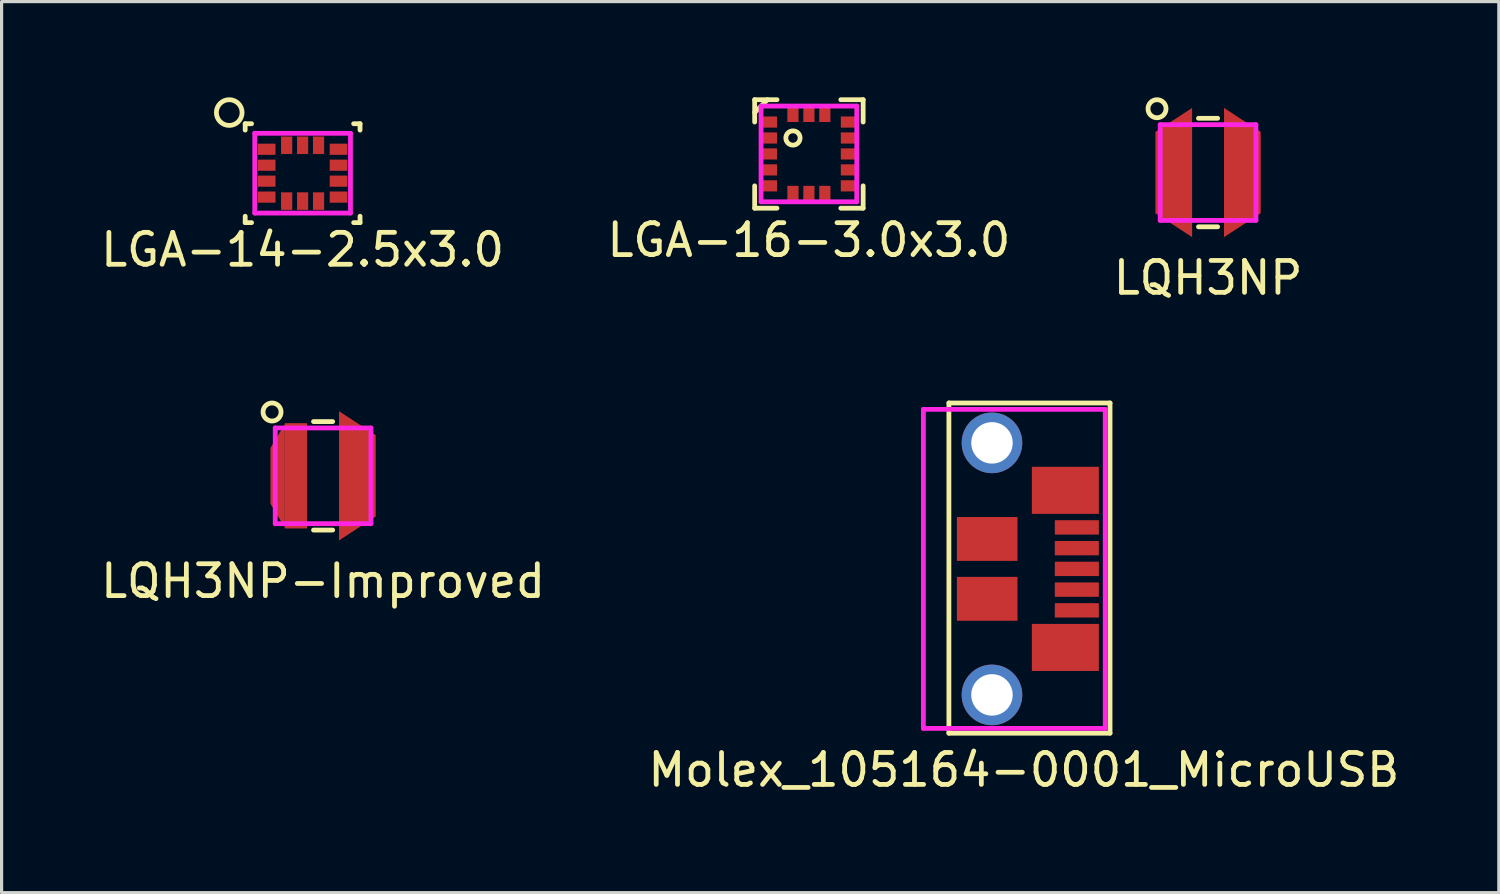
<source format=kicad_pcb>
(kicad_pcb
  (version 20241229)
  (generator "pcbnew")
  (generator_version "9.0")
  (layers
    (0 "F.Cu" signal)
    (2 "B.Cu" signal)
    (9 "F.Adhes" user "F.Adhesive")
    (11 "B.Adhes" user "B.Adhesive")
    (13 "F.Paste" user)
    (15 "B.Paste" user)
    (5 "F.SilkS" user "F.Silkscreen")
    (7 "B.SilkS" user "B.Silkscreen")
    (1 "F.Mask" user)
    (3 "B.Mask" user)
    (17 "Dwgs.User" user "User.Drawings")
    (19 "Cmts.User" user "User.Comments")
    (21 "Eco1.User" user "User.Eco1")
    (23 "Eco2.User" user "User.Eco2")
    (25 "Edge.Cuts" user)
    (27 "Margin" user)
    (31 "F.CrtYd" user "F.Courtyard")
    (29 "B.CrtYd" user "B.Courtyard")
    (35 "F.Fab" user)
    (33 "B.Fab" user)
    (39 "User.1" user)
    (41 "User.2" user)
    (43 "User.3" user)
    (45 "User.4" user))
  (footprint "LGA-16-3.0x3.0"
    (layer "F.Cu")
    (at 22.304 1.775)
    (property "Reference" "LGA-16-3.0x3.0" (at 0 2.7 0) (layer "F.SilkS") (effects (font (size 1 1) (thickness 0.15))))
    (attr through_hole)
    (fp_line (start -1.7 -1.7) (end -1 -1.7) (stroke (width 0.15) (type solid)) (layer "F.SilkS"))
    (fp_line (start -1.7 -1.3) (end -1.3 -1.7) (stroke (width 0.15) (type solid)) (layer "F.SilkS"))
    (fp_line (start -1.7 -1) (end -1.7 -1.7) (stroke (width 0.15) (type solid)) (layer "F.SilkS"))
    (fp_line (start -1.7 1.7) (end -1.7 1) (stroke (width 0.15) (type solid)) (layer "F.SilkS"))
    (fp_line (start -1 1.7) (end -1.7 1.7) (stroke (width 0.15) (type solid)) (layer "F.SilkS"))
    (fp_line (start 1 -1.7) (end 1.7 -1.7) (stroke (width 0.15) (type solid)) (layer "F.SilkS"))
    (fp_line (start 1.7 -1.7) (end 1.7 -1) (stroke (width 0.15) (type solid)) (layer "F.SilkS"))
    (fp_line (start 1.7 1) (end 1.7 1.7) (stroke (width 0.15) (type solid)) (layer "F.SilkS"))
    (fp_line (start 1.7 1.7) (end 1 1.7) (stroke (width 0.15) (type solid)) (layer "F.SilkS"))
    (fp_circle (center -0.5 -0.5) (end -0.4 -0.3) (stroke (width 0.15) (type solid)) (fill no) (layer "F.SilkS"))
    (fp_line (start -1.5 -1.5) (end 1.5 -1.5) (stroke (width 0.15) (type solid)) (layer "F.CrtYd"))
    (fp_line (start -1.5 1.5) (end -1.5 -1.5) (stroke (width 0.15) (type solid)) (layer "F.CrtYd"))
    (fp_line (start 1.5 -1.5) (end 1.5 1.5) (stroke (width 0.15) (type solid)) (layer "F.CrtYd"))
    (fp_line (start 1.5 1.5) (end -1.5 1.5) (stroke (width 0.15) (type solid)) (layer "F.CrtYd"))
    (pad "1" smd rect (at -1.225 -1) (size 0.45 0.35) (layers "F.Cu" "F.Mask" "F.Paste"))
    (pad "2" smd rect (at -1.225 -0.5) (size 0.45 0.35) (layers "F.Cu" "F.Mask" "F.Paste"))
    (pad "3" smd rect (at -1.225 0) (size 0.45 0.35) (layers "F.Cu" "F.Mask" "F.Paste"))
    (pad "4" smd rect (at -1.225 0.5) (size 0.45 0.35) (layers "F.Cu" "F.Mask" "F.Paste"))
    (pad "5" smd rect (at -1.225 1) (size 0.45 0.35) (layers "F.Cu" "F.Mask" "F.Paste"))
    (pad "6" smd rect (at -0.5 1.225) (size 0.35 0.45) (layers "F.Cu" "F.Mask" "F.Paste"))
    (pad "7" smd rect (at 0 1.225) (size 0.35 0.45) (layers "F.Cu" "F.Mask" "F.Paste"))
    (pad "8" smd rect (at 0.5 1.225) (size 0.35 0.45) (layers "F.Cu" "F.Mask" "F.Paste"))
    (pad "9" smd rect (at 1.225 1) (size 0.45 0.35) (layers "F.Cu" "F.Mask" "F.Paste"))
    (pad "10" smd rect (at 1.225 0.5) (size 0.45 0.35) (layers "F.Cu" "F.Mask" "F.Paste"))
    (pad "11" smd rect (at 1.225 0) (size 0.45 0.35) (layers "F.Cu" "F.Mask" "F.Paste"))
    (pad "12" smd rect (at 1.225 -0.5) (size 0.45 0.35) (layers "F.Cu" "F.Mask" "F.Paste"))
    (pad "13" smd rect (at 1.225 -1) (size 0.45 0.35) (layers "F.Cu" "F.Mask" "F.Paste"))
    (pad "14" smd rect (at 0.5 -1.225) (size 0.35 0.45) (layers "F.Cu" "F.Mask" "F.Paste"))
    (pad "15" smd rect (at 0 -1.225) (size 0.35 0.45) (layers "F.Cu" "F.Mask" "F.Paste"))
    (pad "16" smd rect (at -0.5 -1.225) (size 0.35 0.45) (layers "F.Cu" "F.Mask" "F.Paste")))
  (footprint "LQH3NP"
    (layer "F.Cu")
    (at 34.815 2.358)
    (property "Reference" "LQH3NP" (at 0 3.3 0) (layer "F.SilkS") (effects (font (size 1 1) (thickness 0.15))))
    (attr through_hole)
    (fp_line (start -0.3 -1.7) (end 0.3 -1.7) (stroke (width 0.15) (type solid)) (layer "F.SilkS"))
    (fp_line (start -0.3 1.7) (end 0.3 1.7) (stroke (width 0.15) (type solid)) (layer "F.SilkS"))
    (fp_circle (center -1.6 -2) (end -1.4 -1.8) (stroke (width 0.15) (type solid)) (fill no) (layer "F.SilkS"))
    (fp_line (start -1.5 -1.5) (end 1.5 -1.5) (stroke (width 0.15) (type solid)) (layer "F.CrtYd"))
    (fp_line (start -1.5 1.5) (end -1.5 -1.5) (stroke (width 0.15) (type solid)) (layer "F.CrtYd"))
    (fp_line (start 1.5 -1.5) (end 1.5 1.5) (stroke (width 0.15) (type solid)) (layer "F.CrtYd"))
    (fp_line (start 1.5 1.5) (end -1.5 1.5) (stroke (width 0.15) (type solid)) (layer "F.CrtYd"))
    (pad "1" smd trapezoid (at -1.075 0) (size 1.15 3.3) (rect_delta -0.75 0) (layers "F.Cu" "F.Mask" "F.Paste"))
    (pad "2" smd trapezoid (at 1.075 0) (size 1.15 3.3) (rect_delta 0.75 0) (layers "F.Cu" "F.Mask" "F.Paste")))
  (footprint "LQH3NP-Improved"
    (layer "F.Cu")
    (at 7.077 11.864)
    (property "Reference" "LQH3NP-Improved" (at 0 3.3 0) (layer "F.SilkS") (effects (font (size 1 1) (thickness 0.15))))
    (attr through_hole)
    (fp_line (start -0.3 -1.7) (end 0.3 -1.7) (stroke (width 0.15) (type solid)) (layer "F.SilkS"))
    (fp_line (start -0.3 1.7) (end 0.3 1.7) (stroke (width 0.15) (type solid)) (layer "F.SilkS"))
    (fp_circle (center -1.6 -2) (end -1.4 -1.8) (stroke (width 0.15) (type solid)) (fill no) (layer "F.SilkS"))
    (fp_line (start -1.5 -1.5) (end 1.5 -1.5) (stroke (width 0.15) (type solid)) (layer "F.CrtYd"))
    (fp_line (start -1.5 1.5) (end -1.5 -1.5) (stroke (width 0.15) (type solid)) (layer "F.CrtYd"))
    (fp_line (start 1.5 -1.5) (end 1.5 1.5) (stroke (width 0.15) (type solid)) (layer "F.CrtYd"))
    (fp_line (start 1.5 1.5) (end -1.5 1.5) (stroke (width 0.15) (type solid)) (layer "F.CrtYd"))
    (pad "1" smd trapezoid (at -1.425 0) (size 0.45 2.5) (rect_delta -0.75 0) (layers "F.Cu" "F.Mask" "F.Paste"))
    (pad "1" smd rect (at -0.85 0) (size 0.7 3.3) (layers "F.Cu" "F.Mask" "F.Paste"))
    (pad "2" smd trapezoid (at 1.075 0) (size 1.15 3.3) (rect_delta 0.75 0) (layers "F.Cu" "F.Mask" "F.Paste")))
  (footprint "LGA-14-2.5x3.0"
    (layer "F.Cu")
    (at 6.435 2.378)
    (property "Reference" "LGA-14-2.5x3.0" (at 0 2.4 0) (layer "F.SilkS") (effects (font (size 1 1) (thickness 0.15))))
    (attr through_hole)
    (fp_line (start -1.8 -1.55) (end -1.6 -1.55) (stroke (width 0.15) (type solid)) (layer "F.SilkS"))
    (fp_line (start -1.8 -1.35) (end -1.8 -1.55) (stroke (width 0.15) (type solid)) (layer "F.SilkS"))
    (fp_line (start -1.8 1.35) (end -1.8 1.55) (stroke (width 0.15) (type solid)) (layer "F.SilkS"))
    (fp_line (start -1.8 1.55) (end -1.6 1.55) (stroke (width 0.15) (type solid)) (layer "F.SilkS"))
    (fp_line (start 1.6 -1.55) (end 1.8 -1.55) (stroke (width 0.15) (type solid)) (layer "F.SilkS"))
    (fp_line (start 1.6 1.55) (end 1.8 1.55) (stroke (width 0.15) (type solid)) (layer "F.SilkS"))
    (fp_line (start 1.8 -1.55) (end 1.8 -1.35) (stroke (width 0.15) (type solid)) (layer "F.SilkS"))
    (fp_line (start 1.8 1.55) (end 1.8 1.35) (stroke (width 0.15) (type solid)) (layer "F.SilkS"))
    (fp_circle (center -2.3 -1.9) (end -1.95 -1.7) (stroke (width 0.15) (type solid)) (fill no) (layer "F.SilkS"))
    (fp_line (start -1.5 -1.25) (end 1.5 -1.25) (stroke (width 0.15) (type solid)) (layer "F.CrtYd"))
    (fp_line (start -1.5 1.25) (end -1.5 -1.25) (stroke (width 0.15) (type solid)) (layer "F.CrtYd"))
    (fp_line (start 1.5 -1.25) (end 1.5 1.25) (stroke (width 0.15) (type solid)) (layer "F.CrtYd"))
    (fp_line (start 1.5 1.25) (end -1.5 1.25) (stroke (width 0.15) (type solid)) (layer "F.CrtYd"))
    (pad "1" smd rect (at -1.125 -0.75) (size 0.55 0.35) (layers "F.Cu" "F.Mask" "F.Paste"))
    (pad "2" smd rect (at -1.125 -0.25) (size 0.55 0.35) (layers "F.Cu" "F.Mask" "F.Paste"))
    (pad "3" smd rect (at -1.125 0.25) (size 0.55 0.35) (layers "F.Cu" "F.Mask" "F.Paste"))
    (pad "4" smd rect (at -1.125 0.75) (size 0.55 0.35) (layers "F.Cu" "F.Mask" "F.Paste"))
    (pad "5" smd rect (at -0.5 0.875) (size 0.35 0.55) (layers "F.Cu" "F.Mask" "F.Paste"))
    (pad "6" smd rect (at 0 0.875) (size 0.35 0.55) (layers "F.Cu" "F.Mask" "F.Paste"))
    (pad "7" smd rect (at 0.5 0.875) (size 0.35 0.55) (layers "F.Cu" "F.Mask" "F.Paste"))
    (pad "8" smd rect (at 1.125 0.75) (size 0.55 0.35) (layers "F.Cu" "F.Mask" "F.Paste"))
    (pad "9" smd rect (at 1.125 0.25) (size 0.55 0.35) (layers "F.Cu" "F.Mask" "F.Paste"))
    (pad "10" smd rect (at 1.125 -0.25) (size 0.55 0.35) (layers "F.Cu" "F.Mask" "F.Paste"))
    (pad "11" smd rect (at 1.125 -0.75) (size 0.55 0.35) (layers "F.Cu" "F.Mask" "F.Paste"))
    (pad "12" smd rect (at 0.5 -0.875) (size 0.35 0.55) (layers "F.Cu" "F.Mask" "F.Paste"))
    (pad "13" smd rect (at 0 -0.875) (size 0.35 0.55) (layers "F.Cu" "F.Mask" "F.Paste"))
    (pad "14" smd rect (at -0.5 -0.875) (size 0.35 0.55) (layers "F.Cu" "F.Mask" "F.Paste")))
  (footprint "Molex_105164-0001_MicroUSB"
    (layer "F.Cu")
    (at 26.592 14.781)
    (property "Reference" "Molex_105164-0001_MicroUSB" (at 2.45 6.3 0) (layer "F.SilkS") (effects (font (size 1 1) (thickness 0.15))))
    (attr through_hole)
    (fp_line (start 0.1 -5.2) (end 5.15 -5.2) (stroke (width 0.15) (type solid)) (layer "F.SilkS"))
    (fp_line (start 0.1 5.15) (end 0.1 -5.2) (stroke (width 0.15) (type solid)) (layer "F.SilkS"))
    (fp_line (start 5.15 -5.2) (end 5.15 5.15) (stroke (width 0.15) (type solid)) (layer "F.SilkS"))
    (fp_line (start 5.15 5.15) (end 0.1 5.15) (stroke (width 0.15) (type solid)) (layer "F.SilkS"))
    (fp_line (start -0.7 -5) (end 5 -5) (stroke (width 0.15) (type solid)) (layer "F.CrtYd"))
    (fp_line (start -0.7 5) (end -0.7 -5) (stroke (width 0.15) (type solid)) (layer "F.CrtYd"))
    (fp_line (start 5 -5) (end 5 5) (stroke (width 0.15) (type solid)) (layer "F.CrtYd"))
    (fp_line (start 5 5) (end -0.7 5) (stroke (width 0.15) (type solid)) (layer "F.CrtYd"))
    (pad "1" smd rect (at 4.11 1.3) (size 1.38 0.45) (layers "F.Cu" "F.Mask" "F.Paste"))
    (pad "2" smd rect (at 4.11 0.65) (size 1.38 0.45) (layers "F.Cu" "F.Mask" "F.Paste"))
    (pad "3" smd rect (at 4.11 0) (size 1.38 0.45) (layers "F.Cu" "F.Mask" "F.Paste"))
    (pad "4" smd rect (at 4.11 -0.65) (size 1.38 0.45) (layers "F.Cu" "F.Mask" "F.Paste"))
    (pad "5" smd rect (at 4.11 -1.3) (size 1.38 0.45) (layers "F.Cu" "F.Mask" "F.Paste"))
    (pad "6" smd rect (at 1.3 -0.938) (size 1.9 1.375) (layers "F.Cu" "F.Mask" "F.Paste"))
    (pad "6" smd rect (at 1.3 0.938) (size 1.9 1.375) (layers "F.Cu" "F.Mask" "F.Paste"))
    (pad "6" thru_hole circle (at 1.45 -3.95) (size 1.9 1.9) (drill 1.3) (layers "*.Cu" "*.Mask"))
    (pad "6" thru_hole circle (at 1.45 3.95) (size 1.9 1.9) (drill 1.3) (layers "*.Cu" "*.Mask"))
    (pad "6" smd rect (at 3.75 -2.462) (size 2.1 1.475) (layers "F.Cu" "F.Mask" "F.Paste"))
    (pad "6" smd rect (at 3.75 2.462) (size 2.1 1.475) (layers "F.Cu" "F.Mask" "F.Paste")))
  (gr_rect
    (start -3 -3)
    (end 43.929 24.929)
    (stroke (width 0.1) (type default))
    (fill no)
    (layer "Edge.Cuts")))
</source>
